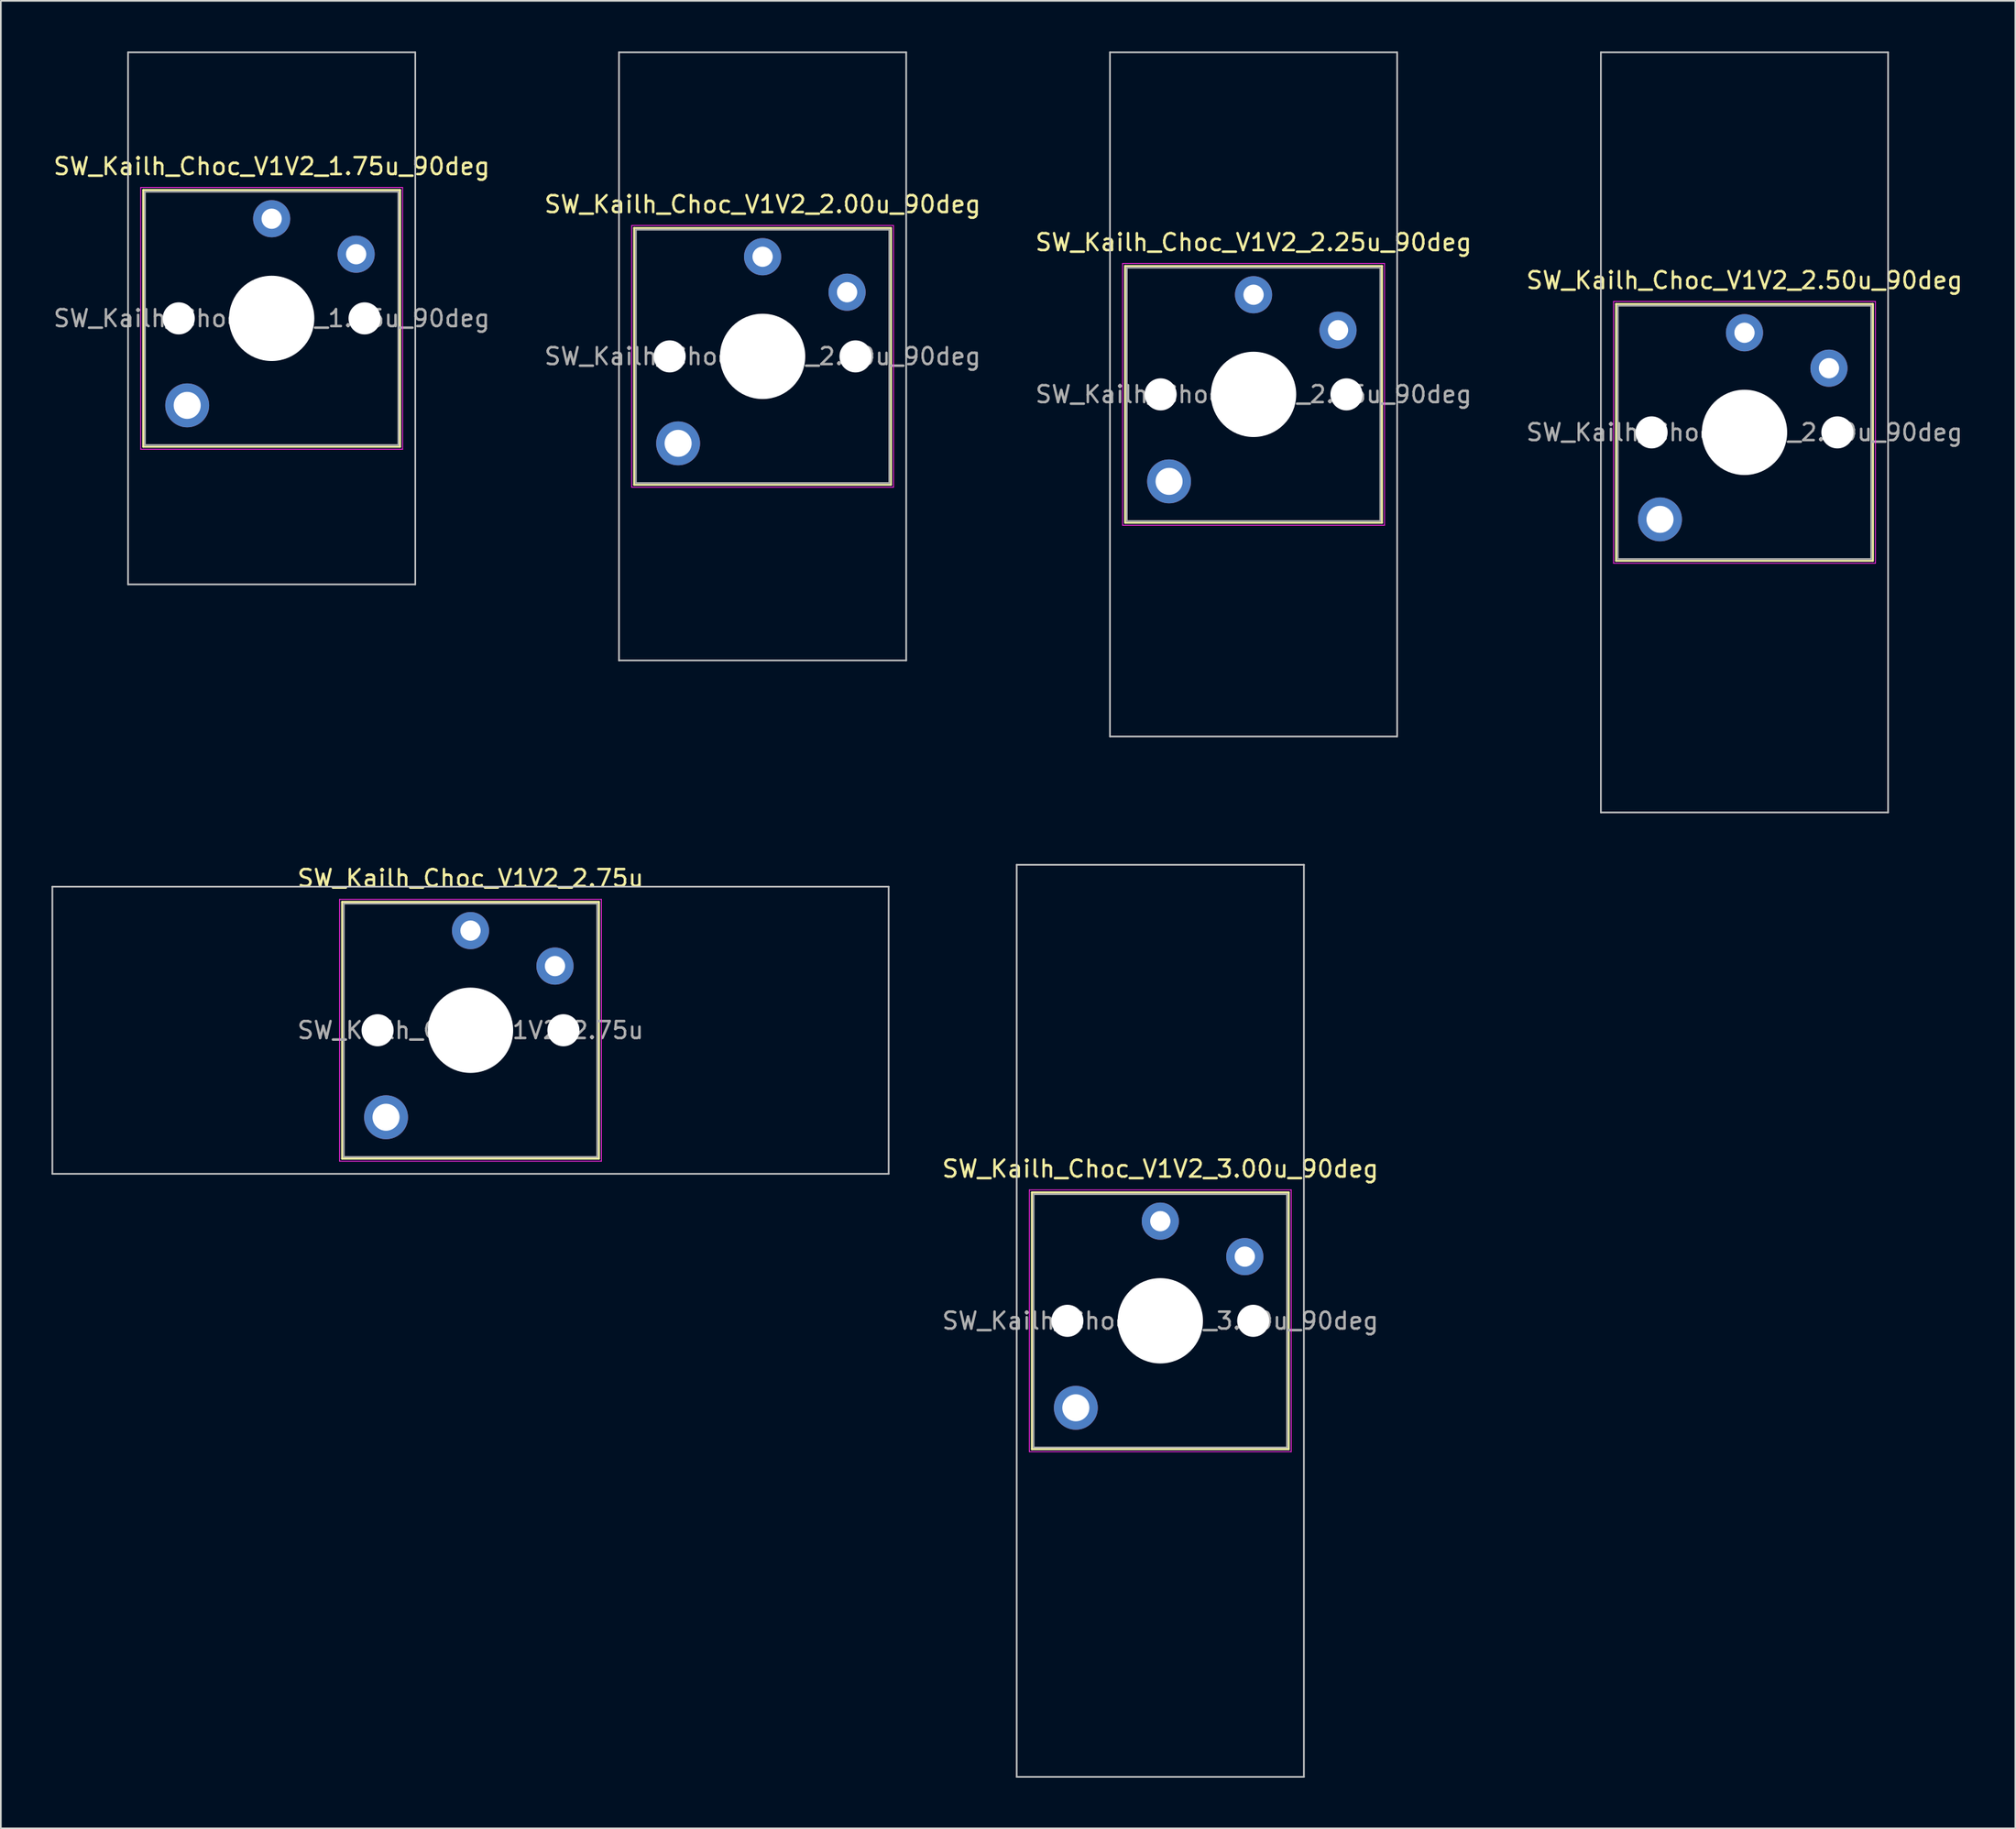
<source format=kicad_pcb>
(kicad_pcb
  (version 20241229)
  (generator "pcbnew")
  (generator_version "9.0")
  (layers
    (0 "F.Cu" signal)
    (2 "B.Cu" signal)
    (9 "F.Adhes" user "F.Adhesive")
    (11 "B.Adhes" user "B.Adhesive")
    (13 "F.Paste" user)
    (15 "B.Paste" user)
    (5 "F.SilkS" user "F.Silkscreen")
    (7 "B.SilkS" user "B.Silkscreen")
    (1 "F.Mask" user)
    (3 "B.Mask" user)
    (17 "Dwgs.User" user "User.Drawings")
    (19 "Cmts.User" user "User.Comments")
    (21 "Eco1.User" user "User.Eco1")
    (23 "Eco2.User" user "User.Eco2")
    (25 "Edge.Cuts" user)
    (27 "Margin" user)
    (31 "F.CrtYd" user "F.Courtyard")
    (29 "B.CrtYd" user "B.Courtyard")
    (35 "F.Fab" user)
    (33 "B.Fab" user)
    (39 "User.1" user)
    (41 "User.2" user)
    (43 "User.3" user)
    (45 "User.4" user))
  (footprint "SW_Kailh_Choc_V1V2_1.75u_90deg"
    (layer "F.Cu")
    (at 13.03 15.8)
    (property "Reference" "SW_Kailh_Choc_V1V2_1.75u_90deg" (at 0 -9 0) (layer "F.SilkS") (effects (font (size 1 1) (thickness 0.15))))
    (attr through_hole)
    (fp_line (start -7.6 -7.6) (end -7.6 7.6) (stroke (width 0.12) (type solid)) (layer "F.SilkS"))
    (fp_line (start -7.6 7.6) (end 7.6 7.6) (stroke (width 0.12) (type solid)) (layer "F.SilkS"))
    (fp_line (start 7.6 -7.6) (end -7.6 -7.6) (stroke (width 0.12) (type solid)) (layer "F.SilkS"))
    (fp_line (start 7.6 7.6) (end 7.6 -7.6) (stroke (width 0.12) (type solid)) (layer "F.SilkS"))
    (fp_line (start -8.5 -15.75) (end 8.5 -15.75) (stroke (width 0.1) (type solid)) (layer "Dwgs.User"))
    (fp_line (start -8.5 15.75) (end -8.5 -15.75) (stroke (width 0.1) (type solid)) (layer "Dwgs.User"))
    (fp_line (start 8.5 -15.75) (end 8.5 15.75) (stroke (width 0.1) (type solid)) (layer "Dwgs.User"))
    (fp_line (start 8.5 15.75) (end -8.5 15.75) (stroke (width 0.1) (type solid)) (layer "Dwgs.User"))
    (fp_line (start -7.25 -7.25) (end -7.25 7.25) (stroke (width 0.1) (type solid)) (layer "Eco1.User"))
    (fp_line (start -7.25 7.25) (end 7.25 7.25) (stroke (width 0.1) (type solid)) (layer "Eco1.User"))
    (fp_line (start 7.25 -7.25) (end -7.25 -7.25) (stroke (width 0.1) (type solid)) (layer "Eco1.User"))
    (fp_line (start 7.25 7.25) (end 7.25 -7.25) (stroke (width 0.1) (type solid)) (layer "Eco1.User"))
    (fp_line (start -7.75 -7.75) (end -7.75 7.75) (stroke (width 0.05) (type solid)) (layer "F.CrtYd"))
    (fp_line (start -7.75 7.75) (end 7.75 7.75) (stroke (width 0.05) (type solid)) (layer "F.CrtYd"))
    (fp_line (start 7.75 -7.75) (end -7.75 -7.75) (stroke (width 0.05) (type solid)) (layer "F.CrtYd"))
    (fp_line (start 7.75 7.75) (end 7.75 -7.75) (stroke (width 0.05) (type solid)) (layer "F.CrtYd"))
    (fp_line (start -7.5 -7.5) (end -7.5 7.5) (stroke (width 0.1) (type solid)) (layer "F.Fab"))
    (fp_line (start -7.5 7.5) (end 7.5 7.5) (stroke (width 0.1) (type solid)) (layer "F.Fab"))
    (fp_line (start 7.5 -7.5) (end -7.5 -7.5) (stroke (width 0.1) (type solid)) (layer "F.Fab"))
    (fp_line (start 7.5 7.5) (end 7.5 -7.5) (stroke (width 0.1) (type solid)) (layer "F.Fab"))
    (fp_text user "${REFERENCE}" (at 0 0 0) (layer "F.Fab") (effects (font (size 1 1) (thickness 0.15))))
    (pad "" np_thru_hole circle (at -5.5 0) (size 1.9 1.9) (drill 1.9) (layers "*.Cu" "*.Mask"))
    (pad "" smd circle (at -5 5.15) (size 1.65 1.65) (layers "F.Mask"))
    (pad "" thru_hole circle (at -5 5.15) (size 2.6 2.6) (drill 1.6) (layers "*.Cu" "B.Mask"))
    (pad "" smd circle (at 0 -5.9) (size 1.25 1.25) (layers "F.Mask"))
    (pad "" np_thru_hole circle (at 0 0) (size 5.05 5.05) (drill 5.05) (layers "*.Cu" "*.Mask"))
    (pad "" smd circle (at 5 -3.8) (size 1.25 1.25) (layers "F.Mask"))
    (pad "" np_thru_hole circle (at 5.5 0) (size 1.9 1.9) (drill 1.9) (layers "*.Cu" "*.Mask"))
    (pad "1" thru_hole circle (at 0 -5.9) (size 2.2 2.2) (drill 1.2) (layers "*.Cu" "B.Mask"))
    (pad "2" thru_hole circle (at 5 -3.8) (size 2.2 2.2) (drill 1.2) (layers "*.Cu" "B.Mask")))
  (footprint "SW_Kailh_Choc_V1V2_2.00u_90deg"
    (layer "F.Cu")
    (at 42.089 18.05)
    (property "Reference" "SW_Kailh_Choc_V1V2_2.00u_90deg" (at 0 -9 0) (layer "F.SilkS") (effects (font (size 1 1) (thickness 0.15))))
    (attr through_hole)
    (fp_line (start -7.6 -7.6) (end -7.6 7.6) (stroke (width 0.12) (type solid)) (layer "F.SilkS"))
    (fp_line (start -7.6 7.6) (end 7.6 7.6) (stroke (width 0.12) (type solid)) (layer "F.SilkS"))
    (fp_line (start 7.6 -7.6) (end -7.6 -7.6) (stroke (width 0.12) (type solid)) (layer "F.SilkS"))
    (fp_line (start 7.6 7.6) (end 7.6 -7.6) (stroke (width 0.12) (type solid)) (layer "F.SilkS"))
    (fp_line (start -8.5 -18) (end 8.5 -18) (stroke (width 0.1) (type solid)) (layer "Dwgs.User"))
    (fp_line (start -8.5 18) (end -8.5 -18) (stroke (width 0.1) (type solid)) (layer "Dwgs.User"))
    (fp_line (start 8.5 -18) (end 8.5 18) (stroke (width 0.1) (type solid)) (layer "Dwgs.User"))
    (fp_line (start 8.5 18) (end -8.5 18) (stroke (width 0.1) (type solid)) (layer "Dwgs.User"))
    (fp_line (start -7.25 -7.25) (end -7.25 7.25) (stroke (width 0.1) (type solid)) (layer "Eco1.User"))
    (fp_line (start -7.25 7.25) (end 7.25 7.25) (stroke (width 0.1) (type solid)) (layer "Eco1.User"))
    (fp_line (start 7.25 -7.25) (end -7.25 -7.25) (stroke (width 0.1) (type solid)) (layer "Eco1.User"))
    (fp_line (start 7.25 7.25) (end 7.25 -7.25) (stroke (width 0.1) (type solid)) (layer "Eco1.User"))
    (fp_line (start -7.75 -7.75) (end -7.75 7.75) (stroke (width 0.05) (type solid)) (layer "F.CrtYd"))
    (fp_line (start -7.75 7.75) (end 7.75 7.75) (stroke (width 0.05) (type solid)) (layer "F.CrtYd"))
    (fp_line (start 7.75 -7.75) (end -7.75 -7.75) (stroke (width 0.05) (type solid)) (layer "F.CrtYd"))
    (fp_line (start 7.75 7.75) (end 7.75 -7.75) (stroke (width 0.05) (type solid)) (layer "F.CrtYd"))
    (fp_line (start -7.5 -7.5) (end -7.5 7.5) (stroke (width 0.1) (type solid)) (layer "F.Fab"))
    (fp_line (start -7.5 7.5) (end 7.5 7.5) (stroke (width 0.1) (type solid)) (layer "F.Fab"))
    (fp_line (start 7.5 -7.5) (end -7.5 -7.5) (stroke (width 0.1) (type solid)) (layer "F.Fab"))
    (fp_line (start 7.5 7.5) (end 7.5 -7.5) (stroke (width 0.1) (type solid)) (layer "F.Fab"))
    (fp_text user "${REFERENCE}" (at 0 0 0) (layer "F.Fab") (effects (font (size 1 1) (thickness 0.15))))
    (pad "" np_thru_hole circle (at -5.5 0) (size 1.9 1.9) (drill 1.9) (layers "*.Cu" "*.Mask"))
    (pad "" smd circle (at -5 5.15) (size 1.65 1.65) (layers "F.Mask"))
    (pad "" thru_hole circle (at -5 5.15) (size 2.6 2.6) (drill 1.6) (layers "*.Cu" "B.Mask"))
    (pad "" smd circle (at 0 -5.9) (size 1.25 1.25) (layers "F.Mask"))
    (pad "" np_thru_hole circle (at 0 0) (size 5.05 5.05) (drill 5.05) (layers "*.Cu" "*.Mask"))
    (pad "" smd circle (at 5 -3.8) (size 1.25 1.25) (layers "F.Mask"))
    (pad "" np_thru_hole circle (at 5.5 0) (size 1.9 1.9) (drill 1.9) (layers "*.Cu" "*.Mask"))
    (pad "1" thru_hole circle (at 0 -5.9) (size 2.2 2.2) (drill 1.2) (layers "*.Cu" "B.Mask"))
    (pad "2" thru_hole circle (at 5 -3.8) (size 2.2 2.2) (drill 1.2) (layers "*.Cu" "B.Mask")))
  (footprint "SW_Kailh_Choc_V1V2_3.00u_90deg"
    (layer "F.Cu")
    (at 65.63 75.15)
    (property "Reference" "SW_Kailh_Choc_V1V2_3.00u_90deg" (at 0 -9 0) (layer "F.SilkS") (effects (font (size 1 1) (thickness 0.15))))
    (attr through_hole)
    (fp_line (start -7.6 -7.6) (end -7.6 7.6) (stroke (width 0.12) (type solid)) (layer "F.SilkS"))
    (fp_line (start -7.6 7.6) (end 7.6 7.6) (stroke (width 0.12) (type solid)) (layer "F.SilkS"))
    (fp_line (start 7.6 -7.6) (end -7.6 -7.6) (stroke (width 0.12) (type solid)) (layer "F.SilkS"))
    (fp_line (start 7.6 7.6) (end 7.6 -7.6) (stroke (width 0.12) (type solid)) (layer "F.SilkS"))
    (fp_line (start -8.5 -27) (end 8.5 -27) (stroke (width 0.1) (type solid)) (layer "Dwgs.User"))
    (fp_line (start -8.5 27) (end -8.5 -27) (stroke (width 0.1) (type solid)) (layer "Dwgs.User"))
    (fp_line (start 8.5 -27) (end 8.5 27) (stroke (width 0.1) (type solid)) (layer "Dwgs.User"))
    (fp_line (start 8.5 27) (end -8.5 27) (stroke (width 0.1) (type solid)) (layer "Dwgs.User"))
    (fp_line (start -7.25 -7.25) (end -7.25 7.25) (stroke (width 0.1) (type solid)) (layer "Eco1.User"))
    (fp_line (start -7.25 7.25) (end 7.25 7.25) (stroke (width 0.1) (type solid)) (layer "Eco1.User"))
    (fp_line (start 7.25 -7.25) (end -7.25 -7.25) (stroke (width 0.1) (type solid)) (layer "Eco1.User"))
    (fp_line (start 7.25 7.25) (end 7.25 -7.25) (stroke (width 0.1) (type solid)) (layer "Eco1.User"))
    (fp_line (start -7.75 -7.75) (end -7.75 7.75) (stroke (width 0.05) (type solid)) (layer "F.CrtYd"))
    (fp_line (start -7.75 7.75) (end 7.75 7.75) (stroke (width 0.05) (type solid)) (layer "F.CrtYd"))
    (fp_line (start 7.75 -7.75) (end -7.75 -7.75) (stroke (width 0.05) (type solid)) (layer "F.CrtYd"))
    (fp_line (start 7.75 7.75) (end 7.75 -7.75) (stroke (width 0.05) (type solid)) (layer "F.CrtYd"))
    (fp_line (start -7.5 -7.5) (end -7.5 7.5) (stroke (width 0.1) (type solid)) (layer "F.Fab"))
    (fp_line (start -7.5 7.5) (end 7.5 7.5) (stroke (width 0.1) (type solid)) (layer "F.Fab"))
    (fp_line (start 7.5 -7.5) (end -7.5 -7.5) (stroke (width 0.1) (type solid)) (layer "F.Fab"))
    (fp_line (start 7.5 7.5) (end 7.5 -7.5) (stroke (width 0.1) (type solid)) (layer "F.Fab"))
    (fp_text user "${REFERENCE}" (at 0 0 0) (layer "F.Fab") (effects (font (size 1 1) (thickness 0.15))))
    (pad "" np_thru_hole circle (at -5.5 0) (size 1.9 1.9) (drill 1.9) (layers "*.Cu" "*.Mask"))
    (pad "" smd circle (at -5 5.15) (size 1.65 1.65) (layers "F.Mask"))
    (pad "" thru_hole circle (at -5 5.15) (size 2.6 2.6) (drill 1.6) (layers "*.Cu" "B.Mask"))
    (pad "" smd circle (at 0 -5.9) (size 1.25 1.25) (layers "F.Mask"))
    (pad "" np_thru_hole circle (at 0 0) (size 5.05 5.05) (drill 5.05) (layers "*.Cu" "*.Mask"))
    (pad "" smd circle (at 5 -3.8) (size 1.25 1.25) (layers "F.Mask"))
    (pad "" np_thru_hole circle (at 5.5 0) (size 1.9 1.9) (drill 1.9) (layers "*.Cu" "*.Mask"))
    (pad "1" thru_hole circle (at 0 -5.9) (size 2.2 2.2) (drill 1.2) (layers "*.Cu" "B.Mask"))
    (pad "2" thru_hole circle (at 5 -3.8) (size 2.2 2.2) (drill 1.2) (layers "*.Cu" "B.Mask")))
  (footprint "SW_Kailh_Choc_V1V2_2.25u_90deg"
    (layer "F.Cu")
    (at 71.149 20.3)
    (property "Reference" "SW_Kailh_Choc_V1V2_2.25u_90deg" (at 0 -9 0) (layer "F.SilkS") (effects (font (size 1 1) (thickness 0.15))))
    (attr through_hole)
    (fp_line (start -7.6 -7.6) (end -7.6 7.6) (stroke (width 0.12) (type solid)) (layer "F.SilkS"))
    (fp_line (start -7.6 7.6) (end 7.6 7.6) (stroke (width 0.12) (type solid)) (layer "F.SilkS"))
    (fp_line (start 7.6 -7.6) (end -7.6 -7.6) (stroke (width 0.12) (type solid)) (layer "F.SilkS"))
    (fp_line (start 7.6 7.6) (end 7.6 -7.6) (stroke (width 0.12) (type solid)) (layer "F.SilkS"))
    (fp_line (start -8.5 -20.25) (end 8.5 -20.25) (stroke (width 0.1) (type solid)) (layer "Dwgs.User"))
    (fp_line (start -8.5 20.25) (end -8.5 -20.25) (stroke (width 0.1) (type solid)) (layer "Dwgs.User"))
    (fp_line (start 8.5 -20.25) (end 8.5 20.25) (stroke (width 0.1) (type solid)) (layer "Dwgs.User"))
    (fp_line (start 8.5 20.25) (end -8.5 20.25) (stroke (width 0.1) (type solid)) (layer "Dwgs.User"))
    (fp_line (start -7.25 -7.25) (end -7.25 7.25) (stroke (width 0.1) (type solid)) (layer "Eco1.User"))
    (fp_line (start -7.25 7.25) (end 7.25 7.25) (stroke (width 0.1) (type solid)) (layer "Eco1.User"))
    (fp_line (start 7.25 -7.25) (end -7.25 -7.25) (stroke (width 0.1) (type solid)) (layer "Eco1.User"))
    (fp_line (start 7.25 7.25) (end 7.25 -7.25) (stroke (width 0.1) (type solid)) (layer "Eco1.User"))
    (fp_line (start -7.75 -7.75) (end -7.75 7.75) (stroke (width 0.05) (type solid)) (layer "F.CrtYd"))
    (fp_line (start -7.75 7.75) (end 7.75 7.75) (stroke (width 0.05) (type solid)) (layer "F.CrtYd"))
    (fp_line (start 7.75 -7.75) (end -7.75 -7.75) (stroke (width 0.05) (type solid)) (layer "F.CrtYd"))
    (fp_line (start 7.75 7.75) (end 7.75 -7.75) (stroke (width 0.05) (type solid)) (layer "F.CrtYd"))
    (fp_line (start -7.5 -7.5) (end -7.5 7.5) (stroke (width 0.1) (type solid)) (layer "F.Fab"))
    (fp_line (start -7.5 7.5) (end 7.5 7.5) (stroke (width 0.1) (type solid)) (layer "F.Fab"))
    (fp_line (start 7.5 -7.5) (end -7.5 -7.5) (stroke (width 0.1) (type solid)) (layer "F.Fab"))
    (fp_line (start 7.5 7.5) (end 7.5 -7.5) (stroke (width 0.1) (type solid)) (layer "F.Fab"))
    (fp_text user "${REFERENCE}" (at 0 0 0) (layer "F.Fab") (effects (font (size 1 1) (thickness 0.15))))
    (pad "" np_thru_hole circle (at -5.5 0) (size 1.9 1.9) (drill 1.9) (layers "*.Cu" "*.Mask"))
    (pad "" smd circle (at -5 5.15) (size 1.65 1.65) (layers "F.Mask"))
    (pad "" thru_hole circle (at -5 5.15) (size 2.6 2.6) (drill 1.6) (layers "*.Cu" "B.Mask"))
    (pad "" smd circle (at 0 -5.9) (size 1.25 1.25) (layers "F.Mask"))
    (pad "" np_thru_hole circle (at 0 0) (size 5.05 5.05) (drill 5.05) (layers "*.Cu" "*.Mask"))
    (pad "" smd circle (at 5 -3.8) (size 1.25 1.25) (layers "F.Mask"))
    (pad "" np_thru_hole circle (at 5.5 0) (size 1.9 1.9) (drill 1.9) (layers "*.Cu" "*.Mask"))
    (pad "1" thru_hole circle (at 0 -5.9) (size 2.2 2.2) (drill 1.2) (layers "*.Cu" "B.Mask"))
    (pad "2" thru_hole circle (at 5 -3.8) (size 2.2 2.2) (drill 1.2) (layers "*.Cu" "B.Mask")))
  (footprint "SW_Kailh_Choc_V1V2_2.50u_90deg"
    (layer "F.Cu")
    (at 100.208 22.55)
    (property "Reference" "SW_Kailh_Choc_V1V2_2.50u_90deg" (at 0 -9 0) (layer "F.SilkS") (effects (font (size 1 1) (thickness 0.15))))
    (attr through_hole)
    (fp_line (start -7.6 -7.6) (end -7.6 7.6) (stroke (width 0.12) (type solid)) (layer "F.SilkS"))
    (fp_line (start -7.6 7.6) (end 7.6 7.6) (stroke (width 0.12) (type solid)) (layer "F.SilkS"))
    (fp_line (start 7.6 -7.6) (end -7.6 -7.6) (stroke (width 0.12) (type solid)) (layer "F.SilkS"))
    (fp_line (start 7.6 7.6) (end 7.6 -7.6) (stroke (width 0.12) (type solid)) (layer "F.SilkS"))
    (fp_line (start -8.5 -22.5) (end 8.5 -22.5) (stroke (width 0.1) (type solid)) (layer "Dwgs.User"))
    (fp_line (start -8.5 22.5) (end -8.5 -22.5) (stroke (width 0.1) (type solid)) (layer "Dwgs.User"))
    (fp_line (start 8.5 -22.5) (end 8.5 22.5) (stroke (width 0.1) (type solid)) (layer "Dwgs.User"))
    (fp_line (start 8.5 22.5) (end -8.5 22.5) (stroke (width 0.1) (type solid)) (layer "Dwgs.User"))
    (fp_line (start -7.25 -7.25) (end -7.25 7.25) (stroke (width 0.1) (type solid)) (layer "Eco1.User"))
    (fp_line (start -7.25 7.25) (end 7.25 7.25) (stroke (width 0.1) (type solid)) (layer "Eco1.User"))
    (fp_line (start 7.25 -7.25) (end -7.25 -7.25) (stroke (width 0.1) (type solid)) (layer "Eco1.User"))
    (fp_line (start 7.25 7.25) (end 7.25 -7.25) (stroke (width 0.1) (type solid)) (layer "Eco1.User"))
    (fp_line (start -7.75 -7.75) (end -7.75 7.75) (stroke (width 0.05) (type solid)) (layer "F.CrtYd"))
    (fp_line (start -7.75 7.75) (end 7.75 7.75) (stroke (width 0.05) (type solid)) (layer "F.CrtYd"))
    (fp_line (start 7.75 -7.75) (end -7.75 -7.75) (stroke (width 0.05) (type solid)) (layer "F.CrtYd"))
    (fp_line (start 7.75 7.75) (end 7.75 -7.75) (stroke (width 0.05) (type solid)) (layer "F.CrtYd"))
    (fp_line (start -7.5 -7.5) (end -7.5 7.5) (stroke (width 0.1) (type solid)) (layer "F.Fab"))
    (fp_line (start -7.5 7.5) (end 7.5 7.5) (stroke (width 0.1) (type solid)) (layer "F.Fab"))
    (fp_line (start 7.5 -7.5) (end -7.5 -7.5) (stroke (width 0.1) (type solid)) (layer "F.Fab"))
    (fp_line (start 7.5 7.5) (end 7.5 -7.5) (stroke (width 0.1) (type solid)) (layer "F.Fab"))
    (fp_text user "${REFERENCE}" (at 0 0 0) (layer "F.Fab") (effects (font (size 1 1) (thickness 0.15))))
    (pad "" np_thru_hole circle (at -5.5 0) (size 1.9 1.9) (drill 1.9) (layers "*.Cu" "*.Mask"))
    (pad "" smd circle (at -5 5.15) (size 1.65 1.65) (layers "F.Mask"))
    (pad "" thru_hole circle (at -5 5.15) (size 2.6 2.6) (drill 1.6) (layers "*.Cu" "B.Mask"))
    (pad "" smd circle (at 0 -5.9) (size 1.25 1.25) (layers "F.Mask"))
    (pad "" np_thru_hole circle (at 0 0) (size 5.05 5.05) (drill 5.05) (layers "*.Cu" "*.Mask"))
    (pad "" smd circle (at 5 -3.8) (size 1.25 1.25) (layers "F.Mask"))
    (pad "" np_thru_hole circle (at 5.5 0) (size 1.9 1.9) (drill 1.9) (layers "*.Cu" "*.Mask"))
    (pad "1" thru_hole circle (at 0 -5.9) (size 2.2 2.2) (drill 1.2) (layers "*.Cu" "B.Mask"))
    (pad "2" thru_hole circle (at 5 -3.8) (size 2.2 2.2) (drill 1.2) (layers "*.Cu" "B.Mask")))
  (footprint "SW_Kailh_Choc_V1V2_2.75u"
    (layer "F.Cu")
    (at 24.8 57.948)
    (property "Reference" "SW_Kailh_Choc_V1V2_2.75u" (at 0 -9 0) (layer "F.SilkS") (effects (font (size 1 1) (thickness 0.15))))
    (attr through_hole)
    (fp_line (start -7.6 -7.6) (end -7.6 7.6) (stroke (width 0.12) (type solid)) (layer "F.SilkS"))
    (fp_line (start -7.6 7.6) (end 7.6 7.6) (stroke (width 0.12) (type solid)) (layer "F.SilkS"))
    (fp_line (start 7.6 -7.6) (end -7.6 -7.6) (stroke (width 0.12) (type solid)) (layer "F.SilkS"))
    (fp_line (start 7.6 7.6) (end 7.6 -7.6) (stroke (width 0.12) (type solid)) (layer "F.SilkS"))
    (fp_line (start -24.75 -8.5) (end -24.75 8.5) (stroke (width 0.1) (type solid)) (layer "Dwgs.User"))
    (fp_line (start -24.75 8.5) (end 24.75 8.5) (stroke (width 0.1) (type solid)) (layer "Dwgs.User"))
    (fp_line (start 24.75 -8.5) (end -24.75 -8.5) (stroke (width 0.1) (type solid)) (layer "Dwgs.User"))
    (fp_line (start 24.75 8.5) (end 24.75 -8.5) (stroke (width 0.1) (type solid)) (layer "Dwgs.User"))
    (fp_line (start -7.25 -7.25) (end -7.25 7.25) (stroke (width 0.1) (type solid)) (layer "Eco1.User"))
    (fp_line (start -7.25 7.25) (end 7.25 7.25) (stroke (width 0.1) (type solid)) (layer "Eco1.User"))
    (fp_line (start 7.25 -7.25) (end -7.25 -7.25) (stroke (width 0.1) (type solid)) (layer "Eco1.User"))
    (fp_line (start 7.25 7.25) (end 7.25 -7.25) (stroke (width 0.1) (type solid)) (layer "Eco1.User"))
    (fp_line (start -7.75 -7.75) (end -7.75 7.75) (stroke (width 0.05) (type solid)) (layer "F.CrtYd"))
    (fp_line (start -7.75 7.75) (end 7.75 7.75) (stroke (width 0.05) (type solid)) (layer "F.CrtYd"))
    (fp_line (start 7.75 -7.75) (end -7.75 -7.75) (stroke (width 0.05) (type solid)) (layer "F.CrtYd"))
    (fp_line (start 7.75 7.75) (end 7.75 -7.75) (stroke (width 0.05) (type solid)) (layer "F.CrtYd"))
    (fp_line (start -7.5 -7.5) (end -7.5 7.5) (stroke (width 0.1) (type solid)) (layer "F.Fab"))
    (fp_line (start -7.5 7.5) (end 7.5 7.5) (stroke (width 0.1) (type solid)) (layer "F.Fab"))
    (fp_line (start 7.5 -7.5) (end -7.5 -7.5) (stroke (width 0.1) (type solid)) (layer "F.Fab"))
    (fp_line (start 7.5 7.5) (end 7.5 -7.5) (stroke (width 0.1) (type solid)) (layer "F.Fab"))
    (fp_text user "${REFERENCE}" (at 0 0 0) (layer "F.Fab") (effects (font (size 1 1) (thickness 0.15))))
    (pad "" np_thru_hole circle (at -5.5 0) (size 1.9 1.9) (drill 1.9) (layers "*.Cu" "*.Mask"))
    (pad "" smd circle (at -5 5.15) (size 1.65 1.65) (layers "F.Mask"))
    (pad "" thru_hole circle (at -5 5.15) (size 2.6 2.6) (drill 1.6) (layers "*.Cu" "B.Mask"))
    (pad "" smd circle (at 0 -5.9) (size 1.25 1.25) (layers "F.Mask"))
    (pad "" np_thru_hole circle (at 0 0) (size 5.05 5.05) (drill 5.05) (layers "*.Cu" "*.Mask"))
    (pad "" smd circle (at 5 -3.8) (size 1.25 1.25) (layers "F.Mask"))
    (pad "" np_thru_hole circle (at 5.5 0) (size 1.9 1.9) (drill 1.9) (layers "*.Cu" "*.Mask"))
    (pad "1" thru_hole circle (at 0 -5.9) (size 2.2 2.2) (drill 1.2) (layers "*.Cu" "B.Mask"))
    (pad "2" thru_hole circle (at 5 -3.8) (size 2.2 2.2) (drill 1.2) (layers "*.Cu" "B.Mask")))
  (gr_rect
    (start -3 -3)
    (end 116.238 105.2)
    (stroke (width 0.1) (type default))
    (fill no)
    (layer "Edge.Cuts")))
</source>
